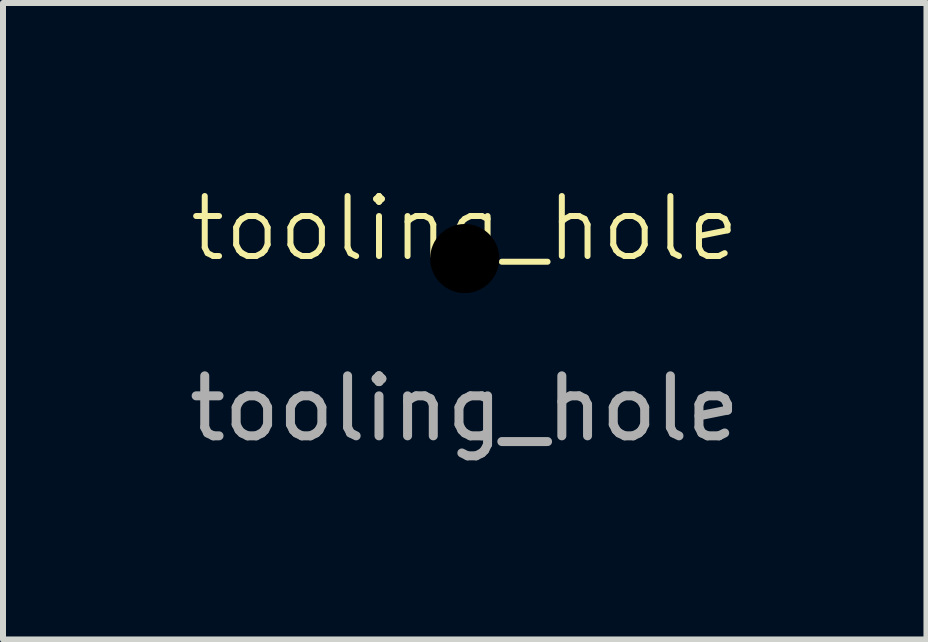
<source format=kicad_pcb>
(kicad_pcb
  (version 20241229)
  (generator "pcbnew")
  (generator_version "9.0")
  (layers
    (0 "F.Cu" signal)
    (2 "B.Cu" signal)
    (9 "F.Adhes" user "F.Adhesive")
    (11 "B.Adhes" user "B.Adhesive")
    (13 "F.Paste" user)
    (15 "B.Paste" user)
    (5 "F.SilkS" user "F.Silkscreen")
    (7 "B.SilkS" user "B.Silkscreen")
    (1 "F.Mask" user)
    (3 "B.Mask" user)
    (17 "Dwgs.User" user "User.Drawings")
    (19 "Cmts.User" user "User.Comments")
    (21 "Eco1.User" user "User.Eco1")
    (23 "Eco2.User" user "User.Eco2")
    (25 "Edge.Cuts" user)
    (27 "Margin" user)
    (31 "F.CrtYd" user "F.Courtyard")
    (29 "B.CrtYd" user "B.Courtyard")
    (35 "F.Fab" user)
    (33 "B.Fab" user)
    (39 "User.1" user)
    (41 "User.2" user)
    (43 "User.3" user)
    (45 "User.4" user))
  (footprint "tooling_hole"
    (layer "F.Cu")
    (at 4.696 1.26)
    (property "Reference" "tooling_hole" (at 0 -0.5 0) (unlocked yes) (layer "F.SilkS") (effects (font (size 1 1) (thickness 0.1))))
    (attr through_hole)
    (fp_text user "${REFERENCE}" (at 0 2.5 0) (unlocked yes) (layer "F.Fab") (effects (font (size 1 1) (thickness 0.15))))
    (pad "" np_thru_hole circle (at 0 0) (size 1.3 1.3) (drill 1.152) (layers "*.Mask")))
  (gr_rect
    (start -3 -3)
    (end 12.393 7.609)
    (stroke (width 0.1) (type default))
    (fill no)
    (layer "Edge.Cuts")))
</source>
